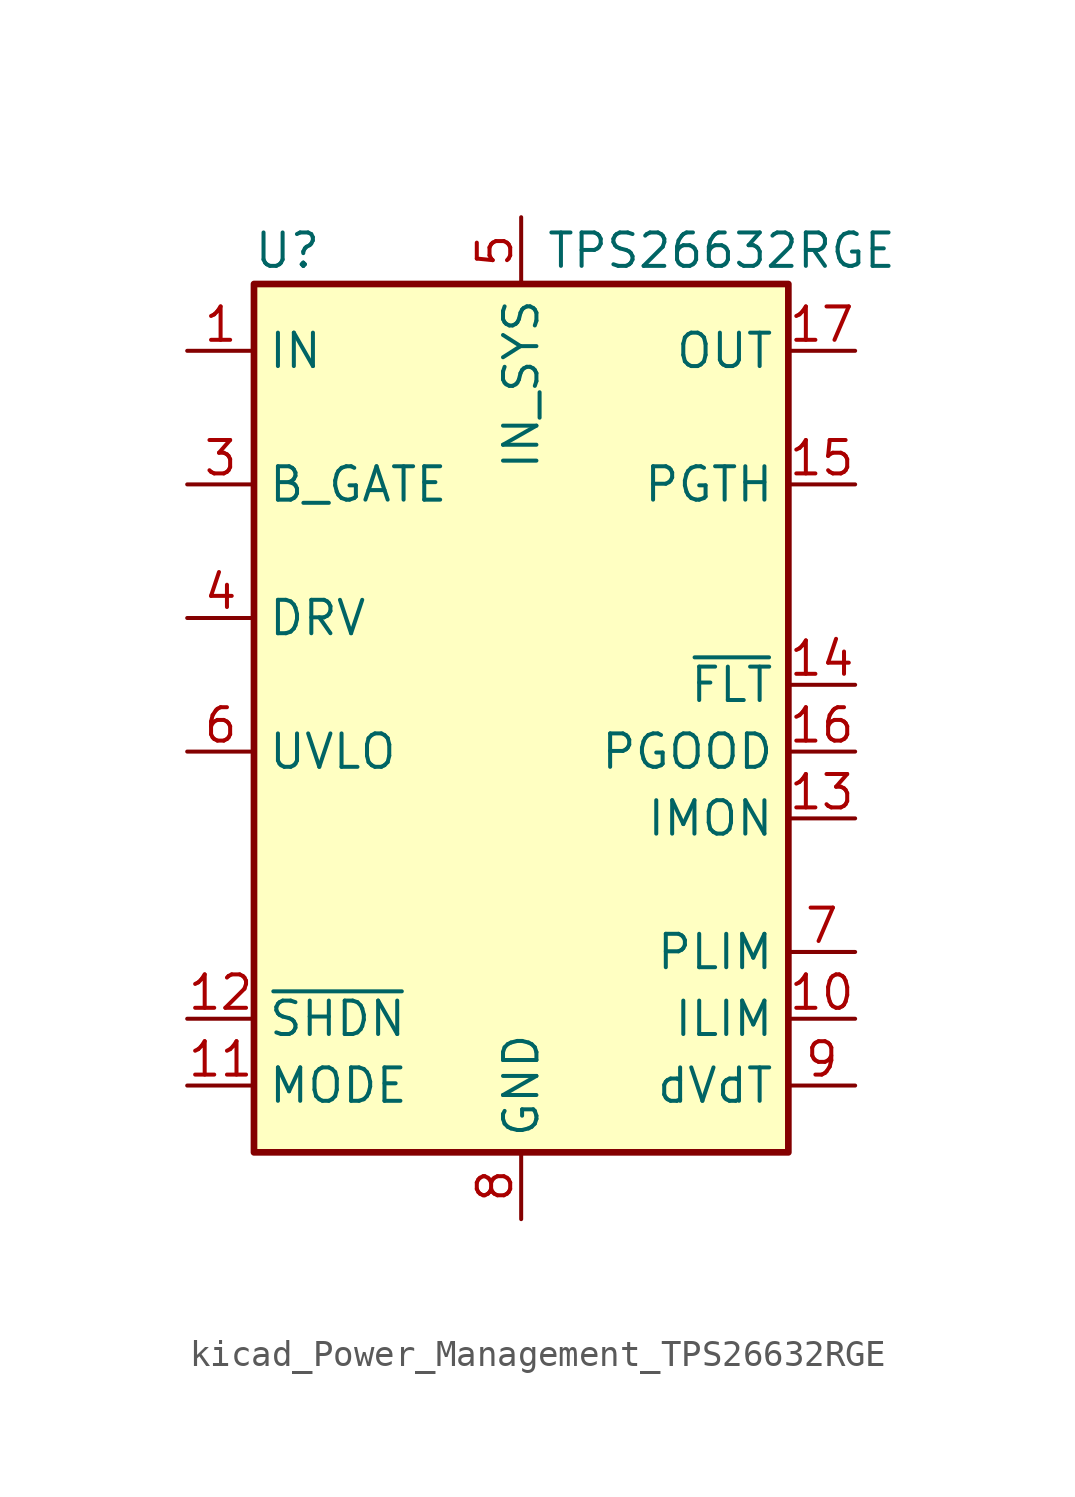
<source format=kicad_sym>
(kicad_symbol_lib
  (version 20220914)
  (generator kicad_symbol_editor)
  (symbol "kicad_Power_Management_TPS26632RGE"
    (property "Reference" "U"
      (at -8.89 16.51 0)
      (effects (font (size 1.27 1.27))))
    (property "Value" "TPS26632RGE"
      (at 7.62 16.51 0)
      (effects (font (size 1.27 1.27))))
    (symbol "kicad_Power_Management_TPS26632RGE_0_1"
      (rectangle (start -10.16 15.24) (end 10.16 -17.78) (stroke (width 0.254) (type default)) (fill (type background))))
    (symbol "kicad_Power_Management_TPS26632RGE_1_1"
      (pin power_in line (at -12.7 12.7 0) (length 2.54) (name "IN" (effects (font (size 1.27 1.27)))) (number "1" (effects (font (size 1.27 1.27)))))
      (pin passive line (at 12.7 -12.7 180) (length 2.54) (name "ILIM" (effects (font (size 1.27 1.27)))) (number "10" (effects (font (size 1.27 1.27)))))
      (pin input line (at -12.7 -15.24 0) (length 2.54) (name "MODE" (effects (font (size 1.27 1.27)))) (number "11" (effects (font (size 1.27 1.27)))))
      (pin input line (at -12.7 -12.7 0) (length 2.54) (name "~{SHDN}" (effects (font (size 1.27 1.27)))) (number "12" (effects (font (size 1.27 1.27)))))
      (pin output line (at 12.7 -5.08 180) (length 2.54) (name "IMON" (effects (font (size 1.27 1.27)))) (number "13" (effects (font (size 1.27 1.27)))))
      (pin open_collector line (at 12.7 0 180) (length 2.54) (name "~{FLT}" (effects (font (size 1.27 1.27)))) (number "14" (effects (font (size 1.27 1.27)))))
      (pin input line (at 12.7 7.62 180) (length 2.54) (name "PGTH" (effects (font (size 1.27 1.27)))) (number "15" (effects (font (size 1.27 1.27)))))
      (pin output line (at 12.7 -2.54 180) (length 2.54) (name "PGOOD" (effects (font (size 1.27 1.27)))) (number "16" (effects (font (size 1.27 1.27)))))
      (pin power_out line (at 12.7 12.7 180) (length 2.54) (name "OUT" (effects (font (size 1.27 1.27)))) (number "17" (effects (font (size 1.27 1.27)))))
      (pin passive line (at 12.7 12.7 180) (length 2.54) hide (name "OUT" (effects (font (size 1.27 1.27)))) (number "18" (effects (font (size 1.27 1.27)))))
      (pin no_connect line (at -10.16 10.16 0) (length 2.54) hide (name "NC" (effects (font (size 1.27 1.27)))) (number "19" (effects (font (size 1.27 1.27)))))
      (pin passive line (at -12.7 12.7 0) (length 2.54) hide (name "IN" (effects (font (size 1.27 1.27)))) (number "2" (effects (font (size 1.27 1.27)))))
      (pin no_connect line (at -10.16 5.08 0) (length 2.54) hide (name "NC" (effects (font (size 1.27 1.27)))) (number "20" (effects (font (size 1.27 1.27)))))
      (pin no_connect line (at -10.16 0 0) (length 2.54) hide (name "NC" (effects (font (size 1.27 1.27)))) (number "21" (effects (font (size 1.27 1.27)))))
      (pin no_connect line (at 10.16 10.16 180) (length 2.54) hide (name "NC" (effects (font (size 1.27 1.27)))) (number "22" (effects (font (size 1.27 1.27)))))
      (pin no_connect line (at 10.16 5.08 180) (length 2.54) hide (name "NC" (effects (font (size 1.27 1.27)))) (number "23" (effects (font (size 1.27 1.27)))))
      (pin no_connect line (at 10.16 2.54 180) (length 2.54) hide (name "NC" (effects (font (size 1.27 1.27)))) (number "24" (effects (font (size 1.27 1.27)))))
      (pin passive line (at 0 -20.32 90) (length 2.54) hide (name "GND" (effects (font (size 1.27 1.27)))) (number "25" (effects (font (size 1.27 1.27)))))
      (pin output line (at -12.7 7.62 0) (length 2.54) (name "B_GATE" (effects (font (size 1.27 1.27)))) (number "3" (effects (font (size 1.27 1.27)))))
      (pin output line (at -12.7 2.54 0) (length 2.54) (name "DRV" (effects (font (size 1.27 1.27)))) (number "4" (effects (font (size 1.27 1.27)))))
      (pin power_in line (at 0 17.78 270) (length 2.54) (name "IN_SYS" (effects (font (size 1.27 1.27)))) (number "5" (effects (font (size 1.27 1.27)))))
      (pin input line (at -12.7 -2.54 0) (length 2.54) (name "UVLO" (effects (font (size 1.27 1.27)))) (number "6" (effects (font (size 1.27 1.27)))))
      (pin passive line (at 12.7 -10.16 180) (length 2.54) (name "PLIM" (effects (font (size 1.27 1.27)))) (number "7" (effects (font (size 1.27 1.27)))))
      (pin power_in line (at 0 -20.32 90) (length 2.54) (name "GND" (effects (font (size 1.27 1.27)))) (number "8" (effects (font (size 1.27 1.27)))))
      (pin passive line (at 12.7 -15.24 180) (length 2.54) (name "dVdT" (effects (font (size 1.27 1.27)))) (number "9" (effects (font (size 1.27 1.27))))))))
</source>
